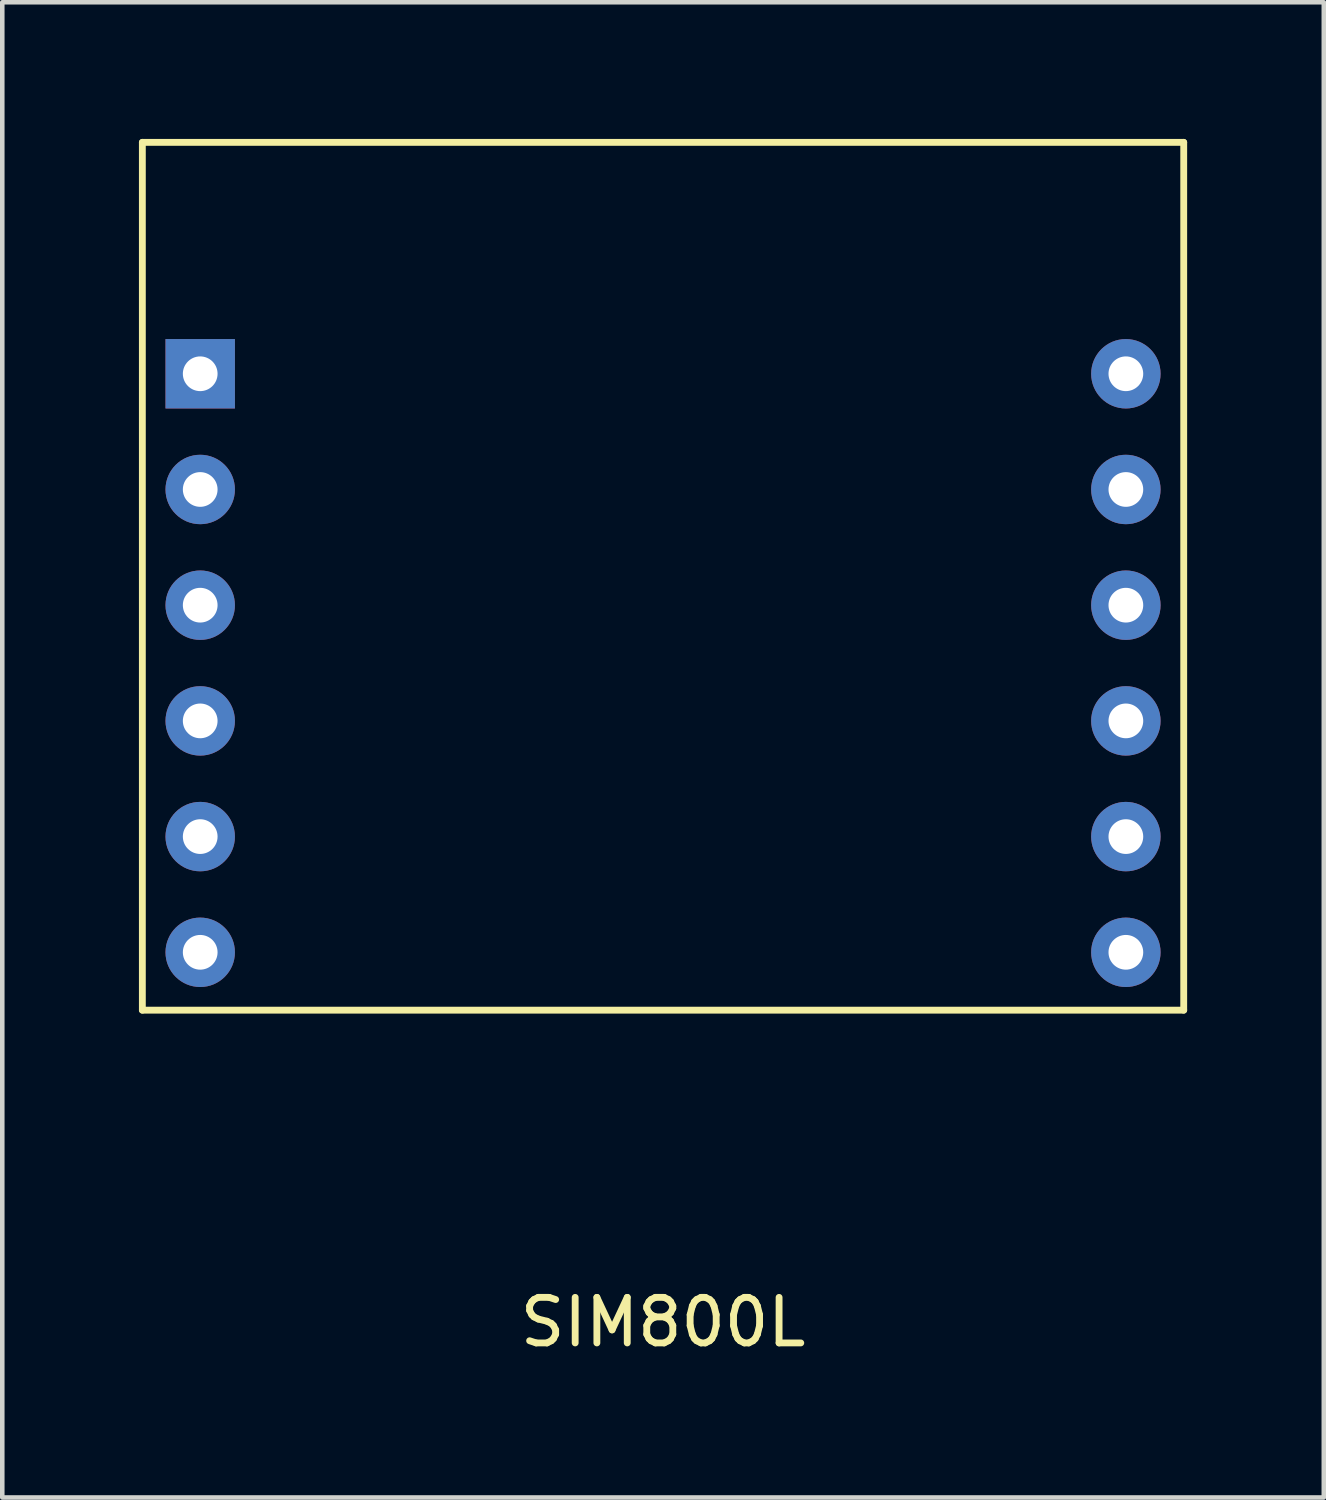
<source format=kicad_pcb>
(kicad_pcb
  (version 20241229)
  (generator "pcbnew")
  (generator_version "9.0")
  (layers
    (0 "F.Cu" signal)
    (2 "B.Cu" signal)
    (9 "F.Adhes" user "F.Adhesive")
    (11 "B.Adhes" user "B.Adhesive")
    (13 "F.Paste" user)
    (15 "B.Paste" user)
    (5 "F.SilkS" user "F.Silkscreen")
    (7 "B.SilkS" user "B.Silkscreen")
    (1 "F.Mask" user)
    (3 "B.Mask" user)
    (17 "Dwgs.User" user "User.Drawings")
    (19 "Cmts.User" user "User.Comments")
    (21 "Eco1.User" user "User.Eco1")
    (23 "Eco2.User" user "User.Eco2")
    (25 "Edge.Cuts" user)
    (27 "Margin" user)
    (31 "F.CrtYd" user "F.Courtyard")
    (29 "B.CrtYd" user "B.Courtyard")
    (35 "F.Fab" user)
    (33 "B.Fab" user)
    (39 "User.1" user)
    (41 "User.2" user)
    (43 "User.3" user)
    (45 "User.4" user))
  (footprint "SIM800L"
    (layer "F.Cu")
    (at 11.505 25.475)
    (property "Reference" "SIM800L" (at 0 0.5 0) (layer "F.SilkS") (effects (font (size 1 1) (thickness 0.15))))
    (attr through_hole)
    (fp_line (start -11.43 -25.4) (end -11.43 -6.35) (stroke (width 0.15) (type solid)) (layer "F.SilkS"))
    (fp_line (start -11.43 -6.35) (end 11.43 -6.35) (stroke (width 0.15) (type solid)) (layer "F.SilkS"))
    (fp_line (start 11.43 -25.4) (end -11.43 -25.4) (stroke (width 0.15) (type solid)) (layer "F.SilkS"))
    (fp_line (start 11.43 -6.35) (end 11.43 -25.4) (stroke (width 0.15) (type solid)) (layer "F.SilkS"))
    (pad "1" thru_hole rect (at -10.16 -20.32) (size 1.524 1.524) (drill 0.762) (layers "*.Cu" "*.Mask"))
    (pad "2" thru_hole circle (at -10.16 -17.78) (size 1.524 1.524) (drill 0.762) (layers "*.Cu" "*.Mask"))
    (pad "3" thru_hole circle (at -10.16 -15.24) (size 1.524 1.524) (drill 0.762) (layers "*.Cu" "*.Mask"))
    (pad "4" thru_hole circle (at -10.16 -12.7) (size 1.524 1.524) (drill 0.762) (layers "*.Cu" "*.Mask"))
    (pad "5" thru_hole circle (at -10.16 -10.16) (size 1.524 1.524) (drill 0.762) (layers "*.Cu" "*.Mask"))
    (pad "6" thru_hole circle (at -10.16 -7.62) (size 1.524 1.524) (drill 0.762) (layers "*.Cu" "*.Mask"))
    (pad "7" thru_hole circle (at 10.16 -7.62) (size 1.524 1.524) (drill 0.762) (layers "*.Cu" "*.Mask"))
    (pad "8" thru_hole circle (at 10.16 -10.16) (size 1.524 1.524) (drill 0.762) (layers "*.Cu" "*.Mask"))
    (pad "9" thru_hole circle (at 10.16 -12.7) (size 1.524 1.524) (drill 0.762) (layers "*.Cu" "*.Mask"))
    (pad "10" thru_hole circle (at 10.16 -15.24) (size 1.524 1.524) (drill 0.762) (layers "*.Cu" "*.Mask"))
    (pad "11" thru_hole circle (at 10.16 -17.78) (size 1.524 1.524) (drill 0.762) (layers "*.Cu" "*.Mask"))
    (pad "12" thru_hole circle (at 10.16 -20.32) (size 1.524 1.524) (drill 0.762) (layers "*.Cu" "*.Mask")))
  (gr_rect
    (start -3 -3)
    (end 26.01 29.823)
    (stroke (width 0.1) (type default))
    (fill no)
    (layer "Edge.Cuts")))
</source>
